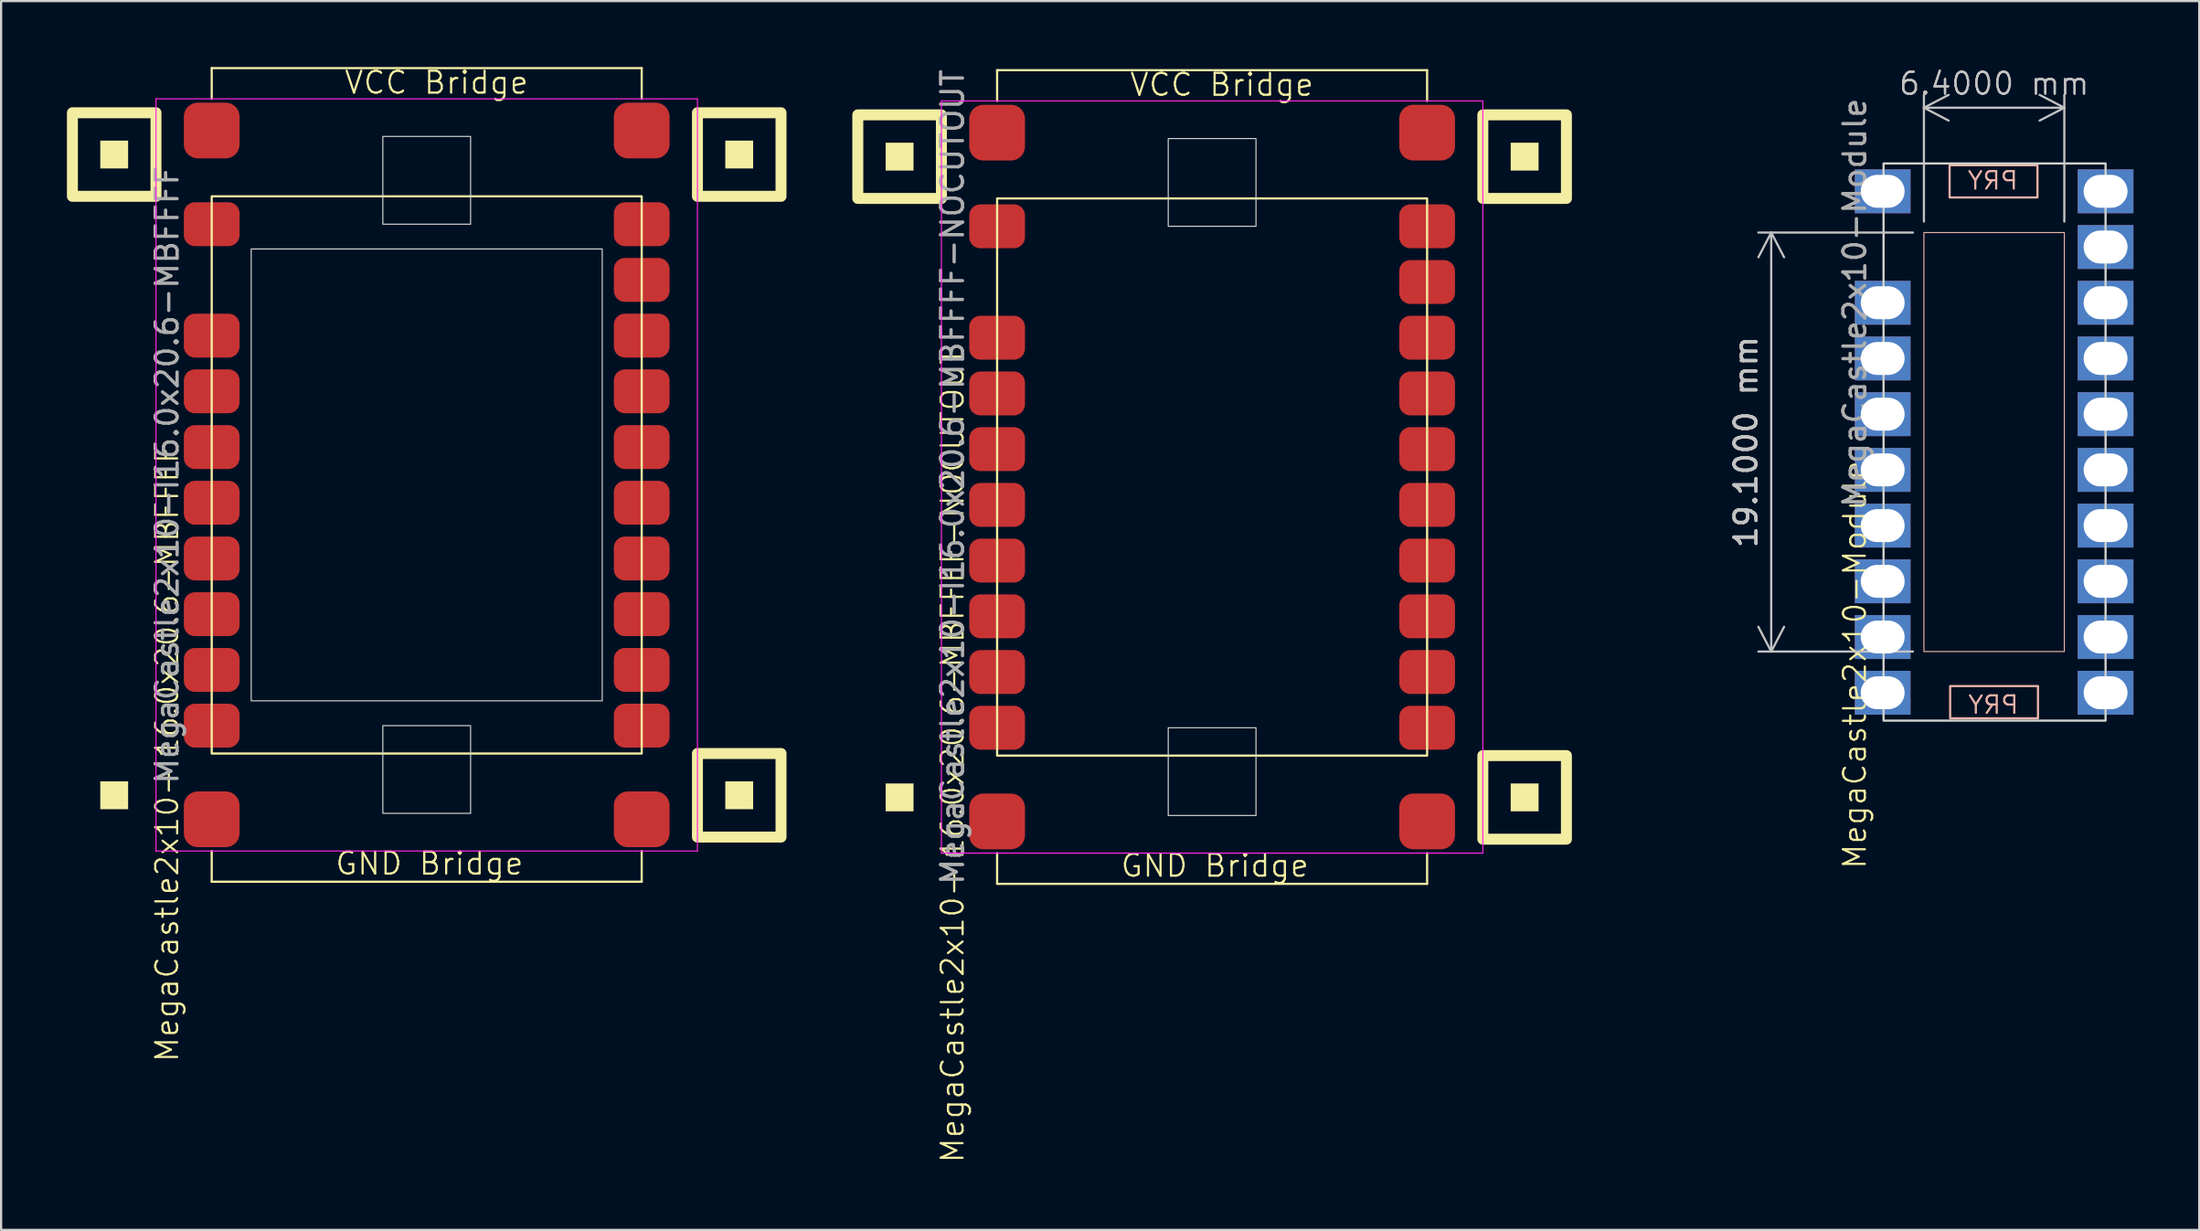
<source format=kicad_pcb>
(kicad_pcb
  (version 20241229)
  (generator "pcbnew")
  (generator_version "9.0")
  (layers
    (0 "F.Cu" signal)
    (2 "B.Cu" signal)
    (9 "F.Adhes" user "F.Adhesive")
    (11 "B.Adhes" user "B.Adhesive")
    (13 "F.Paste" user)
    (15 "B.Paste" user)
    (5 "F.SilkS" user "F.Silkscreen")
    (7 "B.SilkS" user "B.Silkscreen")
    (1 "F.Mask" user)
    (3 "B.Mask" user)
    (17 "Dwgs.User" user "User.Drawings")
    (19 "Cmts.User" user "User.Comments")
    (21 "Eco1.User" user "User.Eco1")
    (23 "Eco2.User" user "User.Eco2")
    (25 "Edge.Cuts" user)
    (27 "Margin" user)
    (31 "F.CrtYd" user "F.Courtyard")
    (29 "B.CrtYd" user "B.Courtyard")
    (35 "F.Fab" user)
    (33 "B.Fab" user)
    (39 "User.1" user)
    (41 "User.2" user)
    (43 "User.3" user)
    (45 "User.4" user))
  (footprint "MegaCastle2x10-I16.0x20.6-MBFFFF-NOCUTOUT"
    (layer "F.Cu")
    (at 52.2 18.696)
    (property "Reference" "MegaCastle2x10-I16.0x20.6-MBFFFF-NOCUTOUT" (at -11.832 12.7 90) (unlocked yes) (layer "F.SilkS") (effects (font (size 1 1) (thickness 0.1))))
    (attr smd)
    (fp_line (start -9.8 -18.545) (end 9.8 -18.545) (stroke (width 0.1) (type default)) (layer "F.SilkS"))
    (fp_line (start -9.8 -17.145) (end -9.8 -18.545) (stroke (width 0.1) (type default)) (layer "F.SilkS"))
    (fp_line (start -9.8 17.145) (end -9.8 18.545) (stroke (width 0.1) (type default)) (layer "F.SilkS"))
    (fp_line (start -9.8 18.545) (end 9.8 18.545) (stroke (width 0.1) (type default)) (layer "F.SilkS"))
    (fp_line (start 9.8 -17.145) (end 9.8 -18.545) (stroke (width 0.1) (type default)) (layer "F.SilkS"))
    (fp_line (start 9.8 17.145) (end 9.8 18.545) (stroke (width 0.1) (type default)) (layer "F.SilkS"))
    (fp_rect (start -13.61 -13.97) (end -14.88 -15.24) (stroke (width 0) (type solid)) (fill yes) (layer "F.SilkS"))
    (fp_rect (start -13.61 15.24) (end -14.88 13.97) (stroke (width 0) (type solid)) (fill yes) (layer "F.SilkS"))
    (fp_rect (start -12.34 -12.7) (end -16.15 -16.51) (stroke (width 0.5) (type default)) (fill no) (layer "F.SilkS"))
    (fp_rect (start -9.8 -12.7) (end 9.8 12.7) (stroke (width 0.1) (type default)) (fill no) (layer "F.SilkS"))
    (fp_rect (start 14.88 -13.97) (end 13.61 -15.24) (stroke (width 0) (type solid)) (fill yes) (layer "F.SilkS"))
    (fp_rect (start 14.88 15.24) (end 13.61 13.97) (stroke (width 0) (type solid)) (fill yes) (layer "F.SilkS"))
    (fp_rect (start 16.15 -12.7) (end 12.34 -16.51) (stroke (width 0.5) (type default)) (fill no) (layer "F.SilkS"))
    (fp_rect (start 16.15 16.51) (end 12.34 12.7) (stroke (width 0.5) (type default)) (fill no) (layer "F.SilkS"))
    (fp_rect (start -2 -11.43) (end 2 -15.43) (stroke (width 0.05) (type default)) (fill no) (layer "Edge.Cuts"))
    (fp_rect (start -2 11.43) (end 2 15.43) (stroke (width 0.05) (type default)) (fill no) (layer "Edge.Cuts"))
    (fp_line (start -12.34 -17.145) (end -12.34 17.145) (stroke (width 0.05) (type default)) (layer "F.CrtYd"))
    (fp_line (start -12.34 17.145) (end 12.34 17.145) (stroke (width 0.05) (type default)) (layer "F.CrtYd"))
    (fp_line (start 12.34 -17.145) (end -12.34 -17.145) (stroke (width 0.05) (type default)) (layer "F.CrtYd"))
    (fp_line (start 12.34 -17.145) (end 12.34 17.145) (stroke (width 0.05) (type default)) (layer "F.CrtYd"))
    (fp_text user "GND Bridge" (at -4.226 18.3 0) (unlocked yes) (layer "F.SilkS") (effects (font (size 1 1) (thickness 0.1)) (justify left bottom)))
    (fp_text user "VCC Bridge" (at -3.81 -17.3 0) (unlocked yes) (layer "F.SilkS") (effects (font (size 1 1) (thickness 0.1)) (justify left bottom)))
    (fp_text user "${REFERENCE}" (at -11.832 0 90) (unlocked yes) (layer "F.Fab") (effects (font (size 1 1) (thickness 0.15))))
    (pad "1" smd roundrect (at -9.8 -11.43) (size 2.54 2) (layers "F.Cu" "F.Mask" "F.Paste") (roundrect_rratio 0.25))
    (pad "3" smd roundrect (at -9.8 -6.35) (size 2.54 2) (layers "F.Cu" "F.Mask" "F.Paste") (roundrect_rratio 0.25))
    (pad "4" smd roundrect (at -9.8 -3.81) (size 2.54 2) (layers "F.Cu" "F.Mask" "F.Paste") (roundrect_rratio 0.25))
    (pad "5" smd roundrect (at -9.8 -1.27) (size 2.54 2) (layers "F.Cu" "F.Mask" "F.Paste") (roundrect_rratio 0.25))
    (pad "6" smd roundrect (at -9.8 1.27) (size 2.54 2) (layers "F.Cu" "F.Mask" "F.Paste") (roundrect_rratio 0.25))
    (pad "7" smd roundrect (at -9.8 3.81) (size 2.54 2) (layers "F.Cu" "F.Mask" "F.Paste") (roundrect_rratio 0.25))
    (pad "8" smd roundrect (at -9.8 6.35) (size 2.54 2) (layers "F.Cu" "F.Mask" "F.Paste") (roundrect_rratio 0.25))
    (pad "9" smd roundrect (at -9.8 8.89) (size 2.54 2) (layers "F.Cu" "F.Mask" "F.Paste") (roundrect_rratio 0.25))
    (pad "10" smd roundrect (at -9.8 11.43) (size 2.54 2) (layers "F.Cu" "F.Mask" "F.Paste") (roundrect_rratio 0.25))
    (pad "11" smd roundrect (at 9.8 -11.43) (size 2.54 2) (layers "F.Cu" "F.Mask" "F.Paste") (roundrect_rratio 0.25))
    (pad "12" smd roundrect (at 9.8 -8.89) (size 2.54 2) (layers "F.Cu" "F.Mask" "F.Paste") (roundrect_rratio 0.25))
    (pad "13" smd roundrect (at 9.8 -6.35) (size 2.54 2) (layers "F.Cu" "F.Mask" "F.Paste") (roundrect_rratio 0.25))
    (pad "14" smd roundrect (at 9.8 -3.81) (size 2.54 2) (layers "F.Cu" "F.Mask" "F.Paste") (roundrect_rratio 0.25))
    (pad "15" smd roundrect (at 9.8 -1.27) (size 2.54 2) (layers "F.Cu" "F.Mask" "F.Paste") (roundrect_rratio 0.25))
    (pad "16" smd roundrect (at 9.8 1.27) (size 2.54 2) (layers "F.Cu" "F.Mask" "F.Paste") (roundrect_rratio 0.25))
    (pad "17" smd roundrect (at 9.8 3.81) (size 2.54 2) (layers "F.Cu" "F.Mask" "F.Paste") (roundrect_rratio 0.25))
    (pad "18" smd roundrect (at 9.8 6.35) (size 2.54 2) (layers "F.Cu" "F.Mask" "F.Paste") (roundrect_rratio 0.25))
    (pad "19" smd roundrect (at 9.8 8.89) (size 2.54 2) (layers "F.Cu" "F.Mask" "F.Paste") (roundrect_rratio 0.25))
    (pad "20" smd roundrect (at 9.8 11.43) (size 2.54 2) (layers "F.Cu" "F.Mask" "F.Paste") (roundrect_rratio 0.25))
    (pad "A1" smd roundrect (at -9.8 -15.7) (size 2.54 2.54) (layers "F.Cu" "F.Mask" "F.Paste") (roundrect_rratio 0.25))
    (pad "A2" smd roundrect (at 9.8 -15.7) (size 2.54 2.54) (layers "F.Cu" "F.Mask" "F.Paste") (roundrect_rratio 0.25))
    (pad "B1" smd roundrect (at -9.8 15.7) (size 2.54 2.54) (layers "F.Cu" "F.Mask" "F.Paste") (roundrect_rratio 0.25))
    (pad "B2" smd roundrect (at 9.8 15.7) (size 2.54 2.54) (layers "F.Cu" "F.Mask" "F.Paste") (roundrect_rratio 0.25)))
  (footprint "MegaCastle2x10-Module"
    (layer "F.Cu")
    (at 87.845 17.101)
    (property "Reference" "MegaCastle2x10-Module" (at -6.35 10.16 90) (unlocked yes) (layer "F.SilkS") (effects (font (size 1 1) (thickness 0.1))))
    (attr smd)
    (fp_rect (start -3.2 9.55) (end 3.2 -9.55) (stroke (width 0.05) (type default)) (fill no) (layer "B.SilkS"))
    (fp_rect (start -2.029 -12.619) (end 1.975 -11.15) (stroke (width 0.1) (type default)) (fill no) (layer "B.SilkS"))
    (fp_rect (start -2.004 11.125) (end 2 12.594) (stroke (width 0.1) (type default)) (fill no) (layer "B.SilkS"))
    (fp_rect (start -5.04 -12.7) (end 5.08 12.7) (stroke (width 0.1) (type default)) (fill no) (layer "Edge.Cuts"))
    (fp_text user "PRY" (at 1.15 -11.45 0) (unlocked yes) (layer "B.SilkS") (effects (font (size 0.8 0.8) (thickness 0.1)) (justify left bottom mirror)))
    (fp_text user "PRY" (at 1.175 12.45 0) (unlocked yes) (layer "B.SilkS") (effects (font (size 0.8 0.8) (thickness 0.1)) (justify left bottom mirror)))
    (fp_text user "${REFERENCE}" (at -6.35 -6.35 90) (unlocked yes) (layer "F.Fab") (effects (font (size 1 1) (thickness 0.15))))
    (dimension (type aligned) (layer "Dwgs.User") (pts (xy 84.645 7.551) (xy 91.045 7.551)) (height -5.69) (format (prefix "") (suffix "") (units 3) (units_format 1) (precision 4)) (style (thickness 0.1) (arrow_length 1.27) (text_position_mode 0) (arrow_direction outward) (extension_height 0.586) (extension_offset 0.5) (keep_text_aligned yes)) (gr_text "6.4000 mm" (at 87.845 0.76 0) (layer "Dwgs.User") (effects (font (size 1 1) (thickness 0.1)))))
    (dimension (type aligned) (layer "Dwgs.User") (pts (xy 84.645 7.551) (xy 84.645 26.651)) (height 6.96) (format (prefix "") (suffix "") (units 3) (units_format 1) (precision 4)) (style (thickness 0.1) (arrow_length 1.27) (text_position_mode 0) (arrow_direction outward) (extension_height 0.586) (extension_offset 0.5) (keep_text_aligned yes)) (gr_text "19.1000 mm" (at 76.535 17.101 90) (layer "Dwgs.User") (effects (font (size 1 1) (thickness 0.15)))))
    (pad "1" thru_hole rect (at -5.08 -11.43) (size 2.54 2) (drill oval 2 1.5) (property pad_prop_castellated) (layers "*.Cu" "*.Mask"))
    (pad "3" thru_hole rect (at -5.08 -6.35) (size 2.54 2) (drill oval 2 1.5) (property pad_prop_castellated) (layers "*.Cu" "*.Mask"))
    (pad "4" thru_hole rect (at -5.08 -3.81) (size 2.54 2) (drill oval 2 1.5) (property pad_prop_castellated) (layers "*.Cu" "*.Mask"))
    (pad "5" thru_hole rect (at -5.08 -1.27) (size 2.54 2) (drill oval 2 1.5) (property pad_prop_castellated) (layers "*.Cu" "*.Mask"))
    (pad "6" thru_hole rect (at -5.08 1.27) (size 2.54 2) (drill oval 2 1.5) (property pad_prop_castellated) (layers "*.Cu" "*.Mask"))
    (pad "7" thru_hole rect (at -5.08 3.81) (size 2.54 2) (drill oval 2 1.5) (property pad_prop_castellated) (layers "*.Cu" "*.Mask"))
    (pad "8" thru_hole rect (at -5.08 6.35) (size 2.54 2) (drill oval 2 1.5) (property pad_prop_castellated) (layers "*.Cu" "*.Mask"))
    (pad "9" thru_hole rect (at -5.08 8.89) (size 2.54 2) (drill oval 2 1.5) (property pad_prop_castellated) (layers "*.Cu" "*.Mask"))
    (pad "10" thru_hole rect (at -5.08 11.43) (size 2.54 2) (drill oval 2 1.5) (property pad_prop_castellated) (layers "*.Cu" "*.Mask"))
    (pad "11" thru_hole rect (at 5.08 -11.43) (size 2.54 2) (drill oval 2 1.5) (property pad_prop_castellated) (layers "*.Cu" "*.Mask"))
    (pad "12" thru_hole rect (at 5.08 -8.89) (size 2.54 2) (drill oval 2 1.5) (property pad_prop_castellated) (layers "*.Cu" "*.Mask"))
    (pad "13" thru_hole rect (at 5.08 -6.35) (size 2.54 2) (drill oval 2 1.5) (property pad_prop_castellated) (layers "*.Cu" "*.Mask"))
    (pad "14" thru_hole rect (at 5.08 -3.81) (size 2.54 2) (drill oval 2 1.5) (property pad_prop_castellated) (layers "*.Cu" "*.Mask"))
    (pad "15" thru_hole rect (at 5.08 -1.27) (size 2.54 2) (drill oval 2 1.5) (property pad_prop_castellated) (layers "*.Cu" "*.Mask"))
    (pad "16" thru_hole rect (at 5.08 1.27) (size 2.54 2) (drill oval 2 1.5) (property pad_prop_castellated) (layers "*.Cu" "*.Mask"))
    (pad "17" thru_hole rect (at 5.08 3.81) (size 2.54 2) (drill oval 2 1.5) (property pad_prop_castellated) (layers "*.Cu" "*.Mask"))
    (pad "18" thru_hole rect (at 5.08 6.35) (size 2.54 2) (drill oval 2 1.5) (property pad_prop_castellated) (layers "*.Cu" "*.Mask"))
    (pad "19" thru_hole rect (at 5.08 8.89) (size 2.54 2) (drill oval 2 1.5) (property pad_prop_castellated) (layers "*.Cu" "*.Mask"))
    (pad "20" thru_hole rect (at 5.08 11.43) (size 2.54 2) (drill oval 2 1.5) (property pad_prop_castellated) (layers "*.Cu" "*.Mask"))
    (zone (net_name "") (layer "B.Cu") (hatch edge 0.5) (connect_pads) (min_thickness 0.25) (filled_areas_thickness no) (keepout (tracks allowed) (vias allowed) (pads allowed) (copperpour allowed) (footprints not_allowed)) (placement (enabled no)) (fill) (polygon (pts (xy 82.13 27.261) (xy 82.13 6.941) (xy 84.67 6.941) (xy 84.67 27.261))))
    (zone (net_name "") (layer "B.Cu") (name "Upper Pry Zone") (hatch edge 0.5) (connect_pads) (min_thickness 0.25) (filled_areas_thickness no) (keepout (tracks not_allowed) (vias not_allowed) (pads not_allowed) (copperpour allowed) (footprints not_allowed)) (placement (enabled no)) (fill) (polygon (pts (xy 85.846 5.859) (xy 85.843 4.395) (xy 89.849 4.401) (xy 89.837 5.862))))
    (zone (net_name "") (layer "B.Cu") (name "Lower Pry Zone") (hatch edge 0.5) (connect_pads) (min_thickness 0.25) (filled_areas_thickness no) (keepout (tracks not_allowed) (vias not_allowed) (pads not_allowed) (copperpour allowed) (footprints not_allowed)) (placement (enabled no)) (fill) (polygon (pts (xy 85.854 29.738) (xy 85.85 28.275) (xy 89.856 28.281) (xy 89.844 29.741))))
    (zone (net_name "") (layer "B.Cu") (hatch edge 0.5) (connect_pads) (min_thickness 0.25) (filled_areas_thickness no) (keepout (tracks allowed) (vias allowed) (pads allowed) (copperpour allowed) (footprints not_allowed)) (placement (enabled no)) (fill) (polygon (pts (xy 92.925 27.261) (xy 92.986 7.366) (xy 91.02 7.353) (xy 91.02 27.261))))
    (zone (net_name "") (layer "B.Cu") (hatch edge 0.5) (connect_pads) (min_thickness 0.25) (filled_areas_thickness no) (keepout (tracks allowed) (vias allowed) (pads allowed) (copperpour allowed) (footprints not_allowed)) (placement (enabled no)) (fill) (polygon (pts (xy 82.765 4.401) (xy 82.752 7.351) (xy 92.95 7.371) (xy 92.925 4.401) (xy 89.849 4.401) (xy 89.837 5.862) (xy 85.846 5.859) (xy 85.843 4.395))))
    (zone (net_name "") (layer "B.Cu") (hatch edge 0.5) (connect_pads) (min_thickness 0.25) (filled_areas_thickness no) (keepout (tracks allowed) (vias allowed) (pads allowed) (copperpour allowed) (footprints not_allowed)) (placement (enabled no)) (fill) (polygon (pts (xy 82.768 29.733) (xy 82.756 26.783) (xy 92.954 26.762) (xy 92.928 29.733) (xy 89.853 29.732) (xy 89.84 28.272) (xy 85.85 28.275) (xy 85.847 29.738)))))
  (footprint "MegaCastle2x10-I16.0x20.6-MBFFFF"
    (layer "F.Cu")
    (at 16.4 18.6)
    (property "Reference" "MegaCastle2x10-I16.0x20.6-MBFFFF" (at -11.832 12.7 90) (unlocked yes) (layer "F.SilkS") (effects (font (size 1 1) (thickness 0.1))))
    (attr smd)
    (fp_line (start -9.8 -18.545) (end 9.8 -18.545) (stroke (width 0.1) (type default)) (layer "F.SilkS"))
    (fp_line (start -9.8 -17.145) (end -9.8 -18.545) (stroke (width 0.1) (type default)) (layer "F.SilkS"))
    (fp_line (start -9.8 17.145) (end -9.8 18.545) (stroke (width 0.1) (type default)) (layer "F.SilkS"))
    (fp_line (start -9.8 18.545) (end 9.8 18.545) (stroke (width 0.1) (type default)) (layer "F.SilkS"))
    (fp_line (start 9.8 -17.145) (end 9.8 -18.545) (stroke (width 0.1) (type default)) (layer "F.SilkS"))
    (fp_line (start 9.8 17.145) (end 9.8 18.545) (stroke (width 0.1) (type default)) (layer "F.SilkS"))
    (fp_rect (start -13.61 -13.97) (end -14.88 -15.24) (stroke (width 0) (type solid)) (fill yes) (layer "F.SilkS"))
    (fp_rect (start -13.61 15.24) (end -14.88 13.97) (stroke (width 0) (type solid)) (fill yes) (layer "F.SilkS"))
    (fp_rect (start -12.34 -12.7) (end -16.15 -16.51) (stroke (width 0.5) (type default)) (fill no) (layer "F.SilkS"))
    (fp_rect (start -9.8 -12.7) (end 9.8 12.7) (stroke (width 0.1) (type default)) (fill no) (layer "F.SilkS"))
    (fp_rect (start 14.88 -13.97) (end 13.61 -15.24) (stroke (width 0) (type solid)) (fill yes) (layer "F.SilkS"))
    (fp_rect (start 14.88 15.24) (end 13.61 13.97) (stroke (width 0) (type solid)) (fill yes) (layer "F.SilkS"))
    (fp_rect (start 16.15 -12.7) (end 12.34 -16.51) (stroke (width 0.5) (type default)) (fill no) (layer "F.SilkS"))
    (fp_rect (start 16.15 16.51) (end 12.34 12.7) (stroke (width 0.5) (type default)) (fill no) (layer "F.SilkS"))
    (fp_rect (start -8 -10.3) (end 8 10.3) (stroke (width 0.05) (type default)) (fill no) (layer "Edge.Cuts"))
    (fp_rect (start -2 -11.43) (end 2 -15.43) (stroke (width 0.05) (type default)) (fill no) (layer "Edge.Cuts"))
    (fp_rect (start -2 11.43) (end 2 15.43) (stroke (width 0.05) (type default)) (fill no) (layer "Edge.Cuts"))
    (fp_line (start -12.34 -17.145) (end -12.34 17.145) (stroke (width 0.05) (type default)) (layer "F.CrtYd"))
    (fp_line (start -12.34 17.145) (end 12.34 17.145) (stroke (width 0.05) (type default)) (layer "F.CrtYd"))
    (fp_line (start 12.34 -17.145) (end -12.34 -17.145) (stroke (width 0.05) (type default)) (layer "F.CrtYd"))
    (fp_line (start 12.34 -17.145) (end 12.34 17.145) (stroke (width 0.05) (type default)) (layer "F.CrtYd"))
    (fp_text user "GND Bridge" (at -4.226 18.3 0) (unlocked yes) (layer "F.SilkS") (effects (font (size 1 1) (thickness 0.1)) (justify left bottom)))
    (fp_text user "VCC Bridge" (at -3.81 -17.3 0) (unlocked yes) (layer "F.SilkS") (effects (font (size 1 1) (thickness 0.1)) (justify left bottom)))
    (fp_text user "${REFERENCE}" (at -11.832 0 90) (unlocked yes) (layer "F.Fab") (effects (font (size 1 1) (thickness 0.15))))
    (pad "1" smd roundrect (at -9.8 -11.43) (size 2.54 2) (layers "F.Cu" "F.Mask" "F.Paste") (roundrect_rratio 0.25))
    (pad "3" smd roundrect (at -9.8 -6.35) (size 2.54 2) (layers "F.Cu" "F.Mask" "F.Paste") (roundrect_rratio 0.25))
    (pad "4" smd roundrect (at -9.8 -3.81) (size 2.54 2) (layers "F.Cu" "F.Mask" "F.Paste") (roundrect_rratio 0.25))
    (pad "5" smd roundrect (at -9.8 -1.27) (size 2.54 2) (layers "F.Cu" "F.Mask" "F.Paste") (roundrect_rratio 0.25))
    (pad "6" smd roundrect (at -9.8 1.27) (size 2.54 2) (layers "F.Cu" "F.Mask" "F.Paste") (roundrect_rratio 0.25))
    (pad "7" smd roundrect (at -9.8 3.81) (size 2.54 2) (layers "F.Cu" "F.Mask" "F.Paste") (roundrect_rratio 0.25))
    (pad "8" smd roundrect (at -9.8 6.35) (size 2.54 2) (layers "F.Cu" "F.Mask" "F.Paste") (roundrect_rratio 0.25))
    (pad "9" smd roundrect (at -9.8 8.89) (size 2.54 2) (layers "F.Cu" "F.Mask" "F.Paste") (roundrect_rratio 0.25))
    (pad "10" smd roundrect (at -9.8 11.43) (size 2.54 2) (layers "F.Cu" "F.Mask" "F.Paste") (roundrect_rratio 0.25))
    (pad "11" smd roundrect (at 9.8 -11.43) (size 2.54 2) (layers "F.Cu" "F.Mask" "F.Paste") (roundrect_rratio 0.25))
    (pad "12" smd roundrect (at 9.8 -8.89) (size 2.54 2) (layers "F.Cu" "F.Mask" "F.Paste") (roundrect_rratio 0.25))
    (pad "13" smd roundrect (at 9.8 -6.35) (size 2.54 2) (layers "F.Cu" "F.Mask" "F.Paste") (roundrect_rratio 0.25))
    (pad "14" smd roundrect (at 9.8 -3.81) (size 2.54 2) (layers "F.Cu" "F.Mask" "F.Paste") (roundrect_rratio 0.25))
    (pad "15" smd roundrect (at 9.8 -1.27) (size 2.54 2) (layers "F.Cu" "F.Mask" "F.Paste") (roundrect_rratio 0.25))
    (pad "16" smd roundrect (at 9.8 1.27) (size 2.54 2) (layers "F.Cu" "F.Mask" "F.Paste") (roundrect_rratio 0.25))
    (pad "17" smd roundrect (at 9.8 3.81) (size 2.54 2) (layers "F.Cu" "F.Mask" "F.Paste") (roundrect_rratio 0.25))
    (pad "18" smd roundrect (at 9.8 6.35) (size 2.54 2) (layers "F.Cu" "F.Mask" "F.Paste") (roundrect_rratio 0.25))
    (pad "19" smd roundrect (at 9.8 8.89) (size 2.54 2) (layers "F.Cu" "F.Mask" "F.Paste") (roundrect_rratio 0.25))
    (pad "20" smd roundrect (at 9.8 11.43) (size 2.54 2) (layers "F.Cu" "F.Mask" "F.Paste") (roundrect_rratio 0.25))
    (pad "A1" smd roundrect (at -9.8 -15.7) (size 2.54 2.54) (layers "F.Cu" "F.Mask" "F.Paste") (roundrect_rratio 0.25))
    (pad "A2" smd roundrect (at 9.8 -15.7) (size 2.54 2.54) (layers "F.Cu" "F.Mask" "F.Paste") (roundrect_rratio 0.25))
    (pad "B1" smd roundrect (at -9.8 15.7) (size 2.54 2.54) (layers "F.Cu" "F.Mask" "F.Paste") (roundrect_rratio 0.25))
    (pad "B2" smd roundrect (at 9.8 15.7) (size 2.54 2.54) (layers "F.Cu" "F.Mask" "F.Paste") (roundrect_rratio 0.25)))
  (gr_rect
    (start -3 -3)
    (end 97.195 53.018)
    (stroke (width 0.1) (type default))
    (fill no)
    (layer "Edge.Cuts")))
</source>
